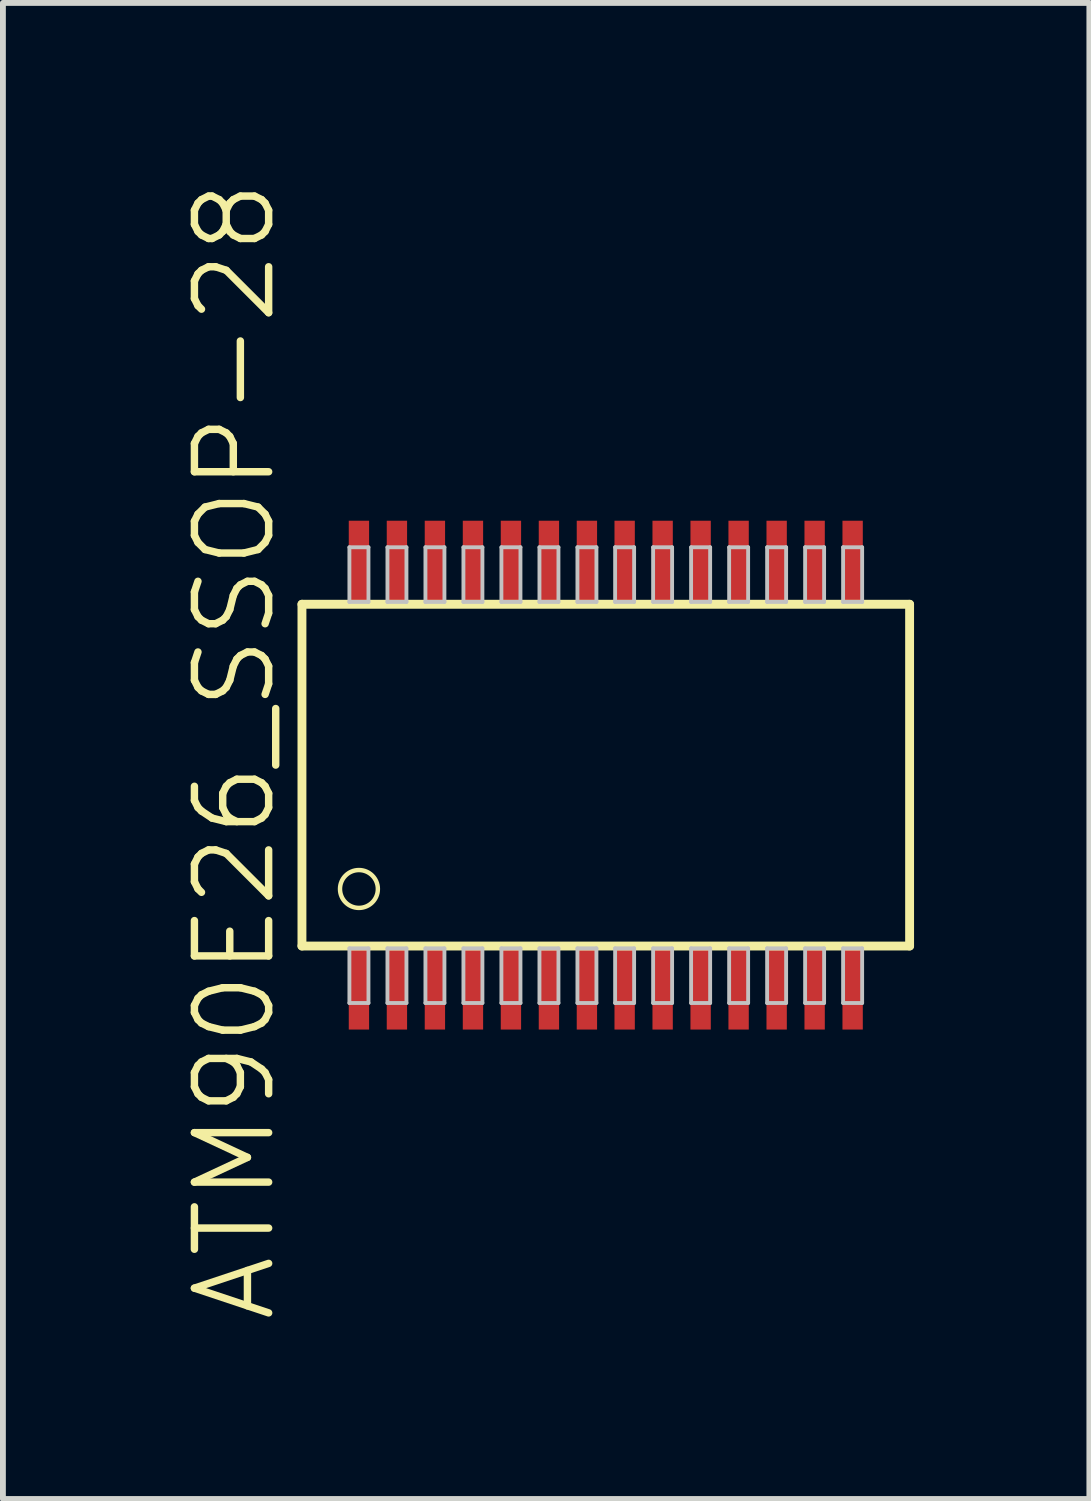
<source format=kicad_pcb>
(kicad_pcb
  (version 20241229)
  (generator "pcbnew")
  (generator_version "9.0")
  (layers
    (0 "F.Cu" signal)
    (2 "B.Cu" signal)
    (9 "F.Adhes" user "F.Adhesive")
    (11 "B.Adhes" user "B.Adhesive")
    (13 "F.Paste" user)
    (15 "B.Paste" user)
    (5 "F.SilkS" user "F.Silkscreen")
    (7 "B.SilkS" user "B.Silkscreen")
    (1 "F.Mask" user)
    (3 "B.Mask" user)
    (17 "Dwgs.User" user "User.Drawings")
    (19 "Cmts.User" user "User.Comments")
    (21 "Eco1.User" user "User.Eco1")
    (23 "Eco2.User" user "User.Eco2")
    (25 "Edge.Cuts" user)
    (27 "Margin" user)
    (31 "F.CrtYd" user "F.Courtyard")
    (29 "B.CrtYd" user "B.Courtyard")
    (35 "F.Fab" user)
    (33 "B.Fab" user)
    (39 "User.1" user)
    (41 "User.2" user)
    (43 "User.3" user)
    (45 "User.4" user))
  (footprint "ATM90E26_SSOP-28"
    (layer "F.Cu")
    (at 7.316 10.214)
    (property "Reference" "ATM90E26_SSOP-28" (at -6.35 -0.414 90) (layer "F.SilkS") (effects (font (size 1.27 1.27) (thickness 0.127))))
    (attr smd)
    (fp_line (start -5.199 -2.924) (end 5.199 -2.924) (stroke (width 0.152) (type solid)) (layer "F.SilkS"))
    (fp_line (start -5.199 2.924) (end -5.199 -2.924) (stroke (width 0.152) (type solid)) (layer "F.SilkS"))
    (fp_line (start 5.199 -2.924) (end 5.199 2.924) (stroke (width 0.152) (type solid)) (layer "F.SilkS"))
    (fp_line (start 5.199 2.924) (end -5.199 2.924) (stroke (width 0.152) (type solid)) (layer "F.SilkS"))
    (fp_circle (center -4.224 1.948) (end -4.453 2.177) (stroke (width 0.076) (type solid)) (fill no) (layer "F.SilkS"))
    (fp_line (start -4.387 -3.899) (end -4.061 -3.899) (stroke (width 0.066) (type solid)) (layer "Dwgs.User"))
    (fp_line (start -4.387 -2.964) (end -4.387 -3.899) (stroke (width 0.066) (type solid)) (layer "Dwgs.User"))
    (fp_line (start -4.387 -2.964) (end -4.061 -2.964) (stroke (width 0.066) (type solid)) (layer "Dwgs.User"))
    (fp_line (start -4.387 2.964) (end -4.061 2.964) (stroke (width 0.066) (type solid)) (layer "Dwgs.User"))
    (fp_line (start -4.387 3.899) (end -4.387 2.964) (stroke (width 0.066) (type solid)) (layer "Dwgs.User"))
    (fp_line (start -4.387 3.899) (end -4.061 3.899) (stroke (width 0.066) (type solid)) (layer "Dwgs.User"))
    (fp_line (start -4.061 -2.964) (end -4.061 -3.899) (stroke (width 0.066) (type solid)) (layer "Dwgs.User"))
    (fp_line (start -4.061 3.899) (end -4.061 2.964) (stroke (width 0.066) (type solid)) (layer "Dwgs.User"))
    (fp_line (start -3.736 -3.899) (end -3.411 -3.899) (stroke (width 0.066) (type solid)) (layer "Dwgs.User"))
    (fp_line (start -3.736 -2.964) (end -3.736 -3.899) (stroke (width 0.066) (type solid)) (layer "Dwgs.User"))
    (fp_line (start -3.736 -2.964) (end -3.411 -2.964) (stroke (width 0.066) (type solid)) (layer "Dwgs.User"))
    (fp_line (start -3.736 2.964) (end -3.411 2.964) (stroke (width 0.066) (type solid)) (layer "Dwgs.User"))
    (fp_line (start -3.736 3.899) (end -3.736 2.964) (stroke (width 0.066) (type solid)) (layer "Dwgs.User"))
    (fp_line (start -3.736 3.899) (end -3.411 3.899) (stroke (width 0.066) (type solid)) (layer "Dwgs.User"))
    (fp_line (start -3.411 -2.964) (end -3.411 -3.899) (stroke (width 0.066) (type solid)) (layer "Dwgs.User"))
    (fp_line (start -3.411 3.899) (end -3.411 2.964) (stroke (width 0.066) (type solid)) (layer "Dwgs.User"))
    (fp_line (start -3.086 -3.899) (end -2.761 -3.899) (stroke (width 0.066) (type solid)) (layer "Dwgs.User"))
    (fp_line (start -3.086 -2.964) (end -3.086 -3.899) (stroke (width 0.066) (type solid)) (layer "Dwgs.User"))
    (fp_line (start -3.086 -2.964) (end -2.761 -2.964) (stroke (width 0.066) (type solid)) (layer "Dwgs.User"))
    (fp_line (start -3.086 2.964) (end -2.761 2.964) (stroke (width 0.066) (type solid)) (layer "Dwgs.User"))
    (fp_line (start -3.086 3.899) (end -3.086 2.964) (stroke (width 0.066) (type solid)) (layer "Dwgs.User"))
    (fp_line (start -3.086 3.899) (end -2.761 3.899) (stroke (width 0.066) (type solid)) (layer "Dwgs.User"))
    (fp_line (start -2.761 -2.964) (end -2.761 -3.899) (stroke (width 0.066) (type solid)) (layer "Dwgs.User"))
    (fp_line (start -2.761 3.899) (end -2.761 2.964) (stroke (width 0.066) (type solid)) (layer "Dwgs.User"))
    (fp_line (start -2.436 -3.899) (end -2.111 -3.899) (stroke (width 0.066) (type solid)) (layer "Dwgs.User"))
    (fp_line (start -2.436 -2.964) (end -2.436 -3.899) (stroke (width 0.066) (type solid)) (layer "Dwgs.User"))
    (fp_line (start -2.436 -2.964) (end -2.111 -2.964) (stroke (width 0.066) (type solid)) (layer "Dwgs.User"))
    (fp_line (start -2.436 2.964) (end -2.111 2.964) (stroke (width 0.066) (type solid)) (layer "Dwgs.User"))
    (fp_line (start -2.436 3.899) (end -2.436 2.964) (stroke (width 0.066) (type solid)) (layer "Dwgs.User"))
    (fp_line (start -2.436 3.899) (end -2.111 3.899) (stroke (width 0.066) (type solid)) (layer "Dwgs.User"))
    (fp_line (start -2.111 -2.964) (end -2.111 -3.899) (stroke (width 0.066) (type solid)) (layer "Dwgs.User"))
    (fp_line (start -2.111 3.899) (end -2.111 2.964) (stroke (width 0.066) (type solid)) (layer "Dwgs.User"))
    (fp_line (start -1.786 -3.899) (end -1.46 -3.899) (stroke (width 0.066) (type solid)) (layer "Dwgs.User"))
    (fp_line (start -1.786 -2.964) (end -1.786 -3.899) (stroke (width 0.066) (type solid)) (layer "Dwgs.User"))
    (fp_line (start -1.786 -2.964) (end -1.46 -2.964) (stroke (width 0.066) (type solid)) (layer "Dwgs.User"))
    (fp_line (start -1.786 2.964) (end -1.46 2.964) (stroke (width 0.066) (type solid)) (layer "Dwgs.User"))
    (fp_line (start -1.786 3.899) (end -1.786 2.964) (stroke (width 0.066) (type solid)) (layer "Dwgs.User"))
    (fp_line (start -1.786 3.899) (end -1.46 3.899) (stroke (width 0.066) (type solid)) (layer "Dwgs.User"))
    (fp_line (start -1.46 -2.964) (end -1.46 -3.899) (stroke (width 0.066) (type solid)) (layer "Dwgs.User"))
    (fp_line (start -1.46 3.899) (end -1.46 2.964) (stroke (width 0.066) (type solid)) (layer "Dwgs.User"))
    (fp_line (start -1.135 -3.899) (end -0.81 -3.899) (stroke (width 0.066) (type solid)) (layer "Dwgs.User"))
    (fp_line (start -1.135 -2.964) (end -1.135 -3.899) (stroke (width 0.066) (type solid)) (layer "Dwgs.User"))
    (fp_line (start -1.135 -2.964) (end -0.81 -2.964) (stroke (width 0.066) (type solid)) (layer "Dwgs.User"))
    (fp_line (start -1.135 2.964) (end -0.81 2.964) (stroke (width 0.066) (type solid)) (layer "Dwgs.User"))
    (fp_line (start -1.135 3.899) (end -1.135 2.964) (stroke (width 0.066) (type solid)) (layer "Dwgs.User"))
    (fp_line (start -1.135 3.899) (end -0.81 3.899) (stroke (width 0.066) (type solid)) (layer "Dwgs.User"))
    (fp_line (start -0.81 -2.964) (end -0.81 -3.899) (stroke (width 0.066) (type solid)) (layer "Dwgs.User"))
    (fp_line (start -0.81 3.899) (end -0.81 2.964) (stroke (width 0.066) (type solid)) (layer "Dwgs.User"))
    (fp_line (start -0.485 -3.899) (end -0.16 -3.899) (stroke (width 0.066) (type solid)) (layer "Dwgs.User"))
    (fp_line (start -0.485 -2.964) (end -0.485 -3.899) (stroke (width 0.066) (type solid)) (layer "Dwgs.User"))
    (fp_line (start -0.485 -2.964) (end -0.16 -2.964) (stroke (width 0.066) (type solid)) (layer "Dwgs.User"))
    (fp_line (start -0.485 2.964) (end -0.16 2.964) (stroke (width 0.066) (type solid)) (layer "Dwgs.User"))
    (fp_line (start -0.485 3.899) (end -0.485 2.964) (stroke (width 0.066) (type solid)) (layer "Dwgs.User"))
    (fp_line (start -0.485 3.899) (end -0.16 3.899) (stroke (width 0.066) (type solid)) (layer "Dwgs.User"))
    (fp_line (start -0.16 -2.964) (end -0.16 -3.899) (stroke (width 0.066) (type solid)) (layer "Dwgs.User"))
    (fp_line (start -0.16 3.899) (end -0.16 2.964) (stroke (width 0.066) (type solid)) (layer "Dwgs.User"))
    (fp_line (start 0.16 -3.899) (end 0.485 -3.899) (stroke (width 0.066) (type solid)) (layer "Dwgs.User"))
    (fp_line (start 0.16 -2.964) (end 0.16 -3.899) (stroke (width 0.066) (type solid)) (layer "Dwgs.User"))
    (fp_line (start 0.16 -2.964) (end 0.485 -2.964) (stroke (width 0.066) (type solid)) (layer "Dwgs.User"))
    (fp_line (start 0.16 2.964) (end 0.485 2.964) (stroke (width 0.066) (type solid)) (layer "Dwgs.User"))
    (fp_line (start 0.16 3.899) (end 0.16 2.964) (stroke (width 0.066) (type solid)) (layer "Dwgs.User"))
    (fp_line (start 0.16 3.899) (end 0.485 3.899) (stroke (width 0.066) (type solid)) (layer "Dwgs.User"))
    (fp_line (start 0.485 -2.964) (end 0.485 -3.899) (stroke (width 0.066) (type solid)) (layer "Dwgs.User"))
    (fp_line (start 0.485 3.899) (end 0.485 2.964) (stroke (width 0.066) (type solid)) (layer "Dwgs.User"))
    (fp_line (start 0.81 -3.899) (end 1.135 -3.899) (stroke (width 0.066) (type solid)) (layer "Dwgs.User"))
    (fp_line (start 0.81 -2.964) (end 0.81 -3.899) (stroke (width 0.066) (type solid)) (layer "Dwgs.User"))
    (fp_line (start 0.81 -2.964) (end 1.135 -2.964) (stroke (width 0.066) (type solid)) (layer "Dwgs.User"))
    (fp_line (start 0.81 2.964) (end 1.135 2.964) (stroke (width 0.066) (type solid)) (layer "Dwgs.User"))
    (fp_line (start 0.81 3.899) (end 0.81 2.964) (stroke (width 0.066) (type solid)) (layer "Dwgs.User"))
    (fp_line (start 0.81 3.899) (end 1.135 3.899) (stroke (width 0.066) (type solid)) (layer "Dwgs.User"))
    (fp_line (start 1.135 -2.964) (end 1.135 -3.899) (stroke (width 0.066) (type solid)) (layer "Dwgs.User"))
    (fp_line (start 1.135 3.899) (end 1.135 2.964) (stroke (width 0.066) (type solid)) (layer "Dwgs.User"))
    (fp_line (start 1.46 -3.899) (end 1.786 -3.899) (stroke (width 0.066) (type solid)) (layer "Dwgs.User"))
    (fp_line (start 1.46 -2.964) (end 1.46 -3.899) (stroke (width 0.066) (type solid)) (layer "Dwgs.User"))
    (fp_line (start 1.46 -2.964) (end 1.786 -2.964) (stroke (width 0.066) (type solid)) (layer "Dwgs.User"))
    (fp_line (start 1.46 2.964) (end 1.786 2.964) (stroke (width 0.066) (type solid)) (layer "Dwgs.User"))
    (fp_line (start 1.46 3.899) (end 1.46 2.964) (stroke (width 0.066) (type solid)) (layer "Dwgs.User"))
    (fp_line (start 1.46 3.899) (end 1.786 3.899) (stroke (width 0.066) (type solid)) (layer "Dwgs.User"))
    (fp_line (start 1.786 -2.964) (end 1.786 -3.899) (stroke (width 0.066) (type solid)) (layer "Dwgs.User"))
    (fp_line (start 1.786 3.899) (end 1.786 2.964) (stroke (width 0.066) (type solid)) (layer "Dwgs.User"))
    (fp_line (start 2.111 -3.899) (end 2.436 -3.899) (stroke (width 0.066) (type solid)) (layer "Dwgs.User"))
    (fp_line (start 2.111 -2.964) (end 2.111 -3.899) (stroke (width 0.066) (type solid)) (layer "Dwgs.User"))
    (fp_line (start 2.111 -2.964) (end 2.436 -2.964) (stroke (width 0.066) (type solid)) (layer "Dwgs.User"))
    (fp_line (start 2.111 2.964) (end 2.436 2.964) (stroke (width 0.066) (type solid)) (layer "Dwgs.User"))
    (fp_line (start 2.111 3.899) (end 2.111 2.964) (stroke (width 0.066) (type solid)) (layer "Dwgs.User"))
    (fp_line (start 2.111 3.899) (end 2.436 3.899) (stroke (width 0.066) (type solid)) (layer "Dwgs.User"))
    (fp_line (start 2.436 -2.964) (end 2.436 -3.899) (stroke (width 0.066) (type solid)) (layer "Dwgs.User"))
    (fp_line (start 2.436 3.899) (end 2.436 2.964) (stroke (width 0.066) (type solid)) (layer "Dwgs.User"))
    (fp_line (start 2.761 -3.899) (end 3.086 -3.899) (stroke (width 0.066) (type solid)) (layer "Dwgs.User"))
    (fp_line (start 2.761 -2.964) (end 2.761 -3.899) (stroke (width 0.066) (type solid)) (layer "Dwgs.User"))
    (fp_line (start 2.761 -2.964) (end 3.086 -2.964) (stroke (width 0.066) (type solid)) (layer "Dwgs.User"))
    (fp_line (start 2.761 2.964) (end 3.086 2.964) (stroke (width 0.066) (type solid)) (layer "Dwgs.User"))
    (fp_line (start 2.761 3.899) (end 2.761 2.964) (stroke (width 0.066) (type solid)) (layer "Dwgs.User"))
    (fp_line (start 2.761 3.899) (end 3.086 3.899) (stroke (width 0.066) (type solid)) (layer "Dwgs.User"))
    (fp_line (start 3.086 -2.964) (end 3.086 -3.899) (stroke (width 0.066) (type solid)) (layer "Dwgs.User"))
    (fp_line (start 3.086 3.899) (end 3.086 2.964) (stroke (width 0.066) (type solid)) (layer "Dwgs.User"))
    (fp_line (start 3.411 -3.899) (end 3.736 -3.899) (stroke (width 0.066) (type solid)) (layer "Dwgs.User"))
    (fp_line (start 3.411 -2.964) (end 3.411 -3.899) (stroke (width 0.066) (type solid)) (layer "Dwgs.User"))
    (fp_line (start 3.411 -2.964) (end 3.736 -2.964) (stroke (width 0.066) (type solid)) (layer "Dwgs.User"))
    (fp_line (start 3.411 2.964) (end 3.736 2.964) (stroke (width 0.066) (type solid)) (layer "Dwgs.User"))
    (fp_line (start 3.411 3.899) (end 3.411 2.964) (stroke (width 0.066) (type solid)) (layer "Dwgs.User"))
    (fp_line (start 3.411 3.899) (end 3.736 3.899) (stroke (width 0.066) (type solid)) (layer "Dwgs.User"))
    (fp_line (start 3.736 -2.964) (end 3.736 -3.899) (stroke (width 0.066) (type solid)) (layer "Dwgs.User"))
    (fp_line (start 3.736 3.899) (end 3.736 2.964) (stroke (width 0.066) (type solid)) (layer "Dwgs.User"))
    (fp_line (start 4.061 -3.899) (end 4.387 -3.899) (stroke (width 0.066) (type solid)) (layer "Dwgs.User"))
    (fp_line (start 4.061 -2.964) (end 4.061 -3.899) (stroke (width 0.066) (type solid)) (layer "Dwgs.User"))
    (fp_line (start 4.061 -2.964) (end 4.387 -2.964) (stroke (width 0.066) (type solid)) (layer "Dwgs.User"))
    (fp_line (start 4.061 2.964) (end 4.387 2.964) (stroke (width 0.066) (type solid)) (layer "Dwgs.User"))
    (fp_line (start 4.061 3.899) (end 4.061 2.964) (stroke (width 0.066) (type solid)) (layer "Dwgs.User"))
    (fp_line (start 4.061 3.899) (end 4.387 3.899) (stroke (width 0.066) (type solid)) (layer "Dwgs.User"))
    (fp_line (start 4.387 -2.964) (end 4.387 -3.899) (stroke (width 0.066) (type solid)) (layer "Dwgs.User"))
    (fp_line (start 4.387 3.899) (end 4.387 2.964) (stroke (width 0.066) (type solid)) (layer "Dwgs.User"))
    (pad "1" smd rect (at -4.224 3.655) (size 0.348 1.397) (layers "F.Cu" "F.Mask" "F.Paste"))
    (pad "2" smd rect (at -3.574 3.655) (size 0.348 1.397) (layers "F.Cu" "F.Mask" "F.Paste"))
    (pad "3" smd rect (at -2.924 3.655) (size 0.348 1.397) (layers "F.Cu" "F.Mask" "F.Paste"))
    (pad "4" smd rect (at -2.273 3.655) (size 0.348 1.397) (layers "F.Cu" "F.Mask" "F.Paste"))
    (pad "5" smd rect (at -1.623 3.655) (size 0.348 1.397) (layers "F.Cu" "F.Mask" "F.Paste"))
    (pad "6" smd rect (at -0.973 3.655) (size 0.348 1.397) (layers "F.Cu" "F.Mask" "F.Paste"))
    (pad "7" smd rect (at -0.323 3.655) (size 0.348 1.397) (layers "F.Cu" "F.Mask" "F.Paste"))
    (pad "8" smd rect (at 0.323 3.655) (size 0.348 1.397) (layers "F.Cu" "F.Mask" "F.Paste"))
    (pad "9" smd rect (at 0.973 3.655) (size 0.348 1.397) (layers "F.Cu" "F.Mask" "F.Paste"))
    (pad "10" smd rect (at 1.623 3.655) (size 0.348 1.397) (layers "F.Cu" "F.Mask" "F.Paste"))
    (pad "11" smd rect (at 2.273 3.655) (size 0.348 1.397) (layers "F.Cu" "F.Mask" "F.Paste"))
    (pad "12" smd rect (at 2.924 3.655) (size 0.348 1.397) (layers "F.Cu" "F.Mask" "F.Paste"))
    (pad "13" smd rect (at 3.574 3.655) (size 0.348 1.397) (layers "F.Cu" "F.Mask" "F.Paste"))
    (pad "14" smd rect (at 4.224 3.655) (size 0.348 1.397) (layers "F.Cu" "F.Mask" "F.Paste"))
    (pad "15" smd rect (at 4.224 -3.655) (size 0.348 1.397) (layers "F.Cu" "F.Mask" "F.Paste"))
    (pad "16" smd rect (at 3.574 -3.655) (size 0.348 1.397) (layers "F.Cu" "F.Mask" "F.Paste"))
    (pad "17" smd rect (at 2.924 -3.655) (size 0.348 1.397) (layers "F.Cu" "F.Mask" "F.Paste"))
    (pad "18" smd rect (at 2.273 -3.655) (size 0.348 1.397) (layers "F.Cu" "F.Mask" "F.Paste"))
    (pad "19" smd rect (at 1.623 -3.655) (size 0.348 1.397) (layers "F.Cu" "F.Mask" "F.Paste"))
    (pad "20" smd rect (at 0.973 -3.655) (size 0.348 1.397) (layers "F.Cu" "F.Mask" "F.Paste"))
    (pad "21" smd rect (at 0.323 -3.655) (size 0.348 1.397) (layers "F.Cu" "F.Mask" "F.Paste"))
    (pad "22" smd rect (at -0.323 -3.655) (size 0.348 1.397) (layers "F.Cu" "F.Mask" "F.Paste"))
    (pad "23" smd rect (at -0.973 -3.655) (size 0.348 1.397) (layers "F.Cu" "F.Mask" "F.Paste"))
    (pad "24" smd rect (at -1.623 -3.655) (size 0.348 1.397) (layers "F.Cu" "F.Mask" "F.Paste"))
    (pad "25" smd rect (at -2.273 -3.655) (size 0.348 1.397) (layers "F.Cu" "F.Mask" "F.Paste"))
    (pad "26" smd rect (at -2.924 -3.655) (size 0.348 1.397) (layers "F.Cu" "F.Mask" "F.Paste"))
    (pad "27" smd rect (at -3.574 -3.655) (size 0.348 1.397) (layers "F.Cu" "F.Mask" "F.Paste"))
    (pad "28" smd rect (at -4.224 -3.655) (size 0.348 1.397) (layers "F.Cu" "F.Mask" "F.Paste")))
  (gr_rect
    (start -3 -3)
    (end 15.591 22.6)
    (stroke (width 0.1) (type default))
    (fill no)
    (layer "Edge.Cuts")))
</source>
